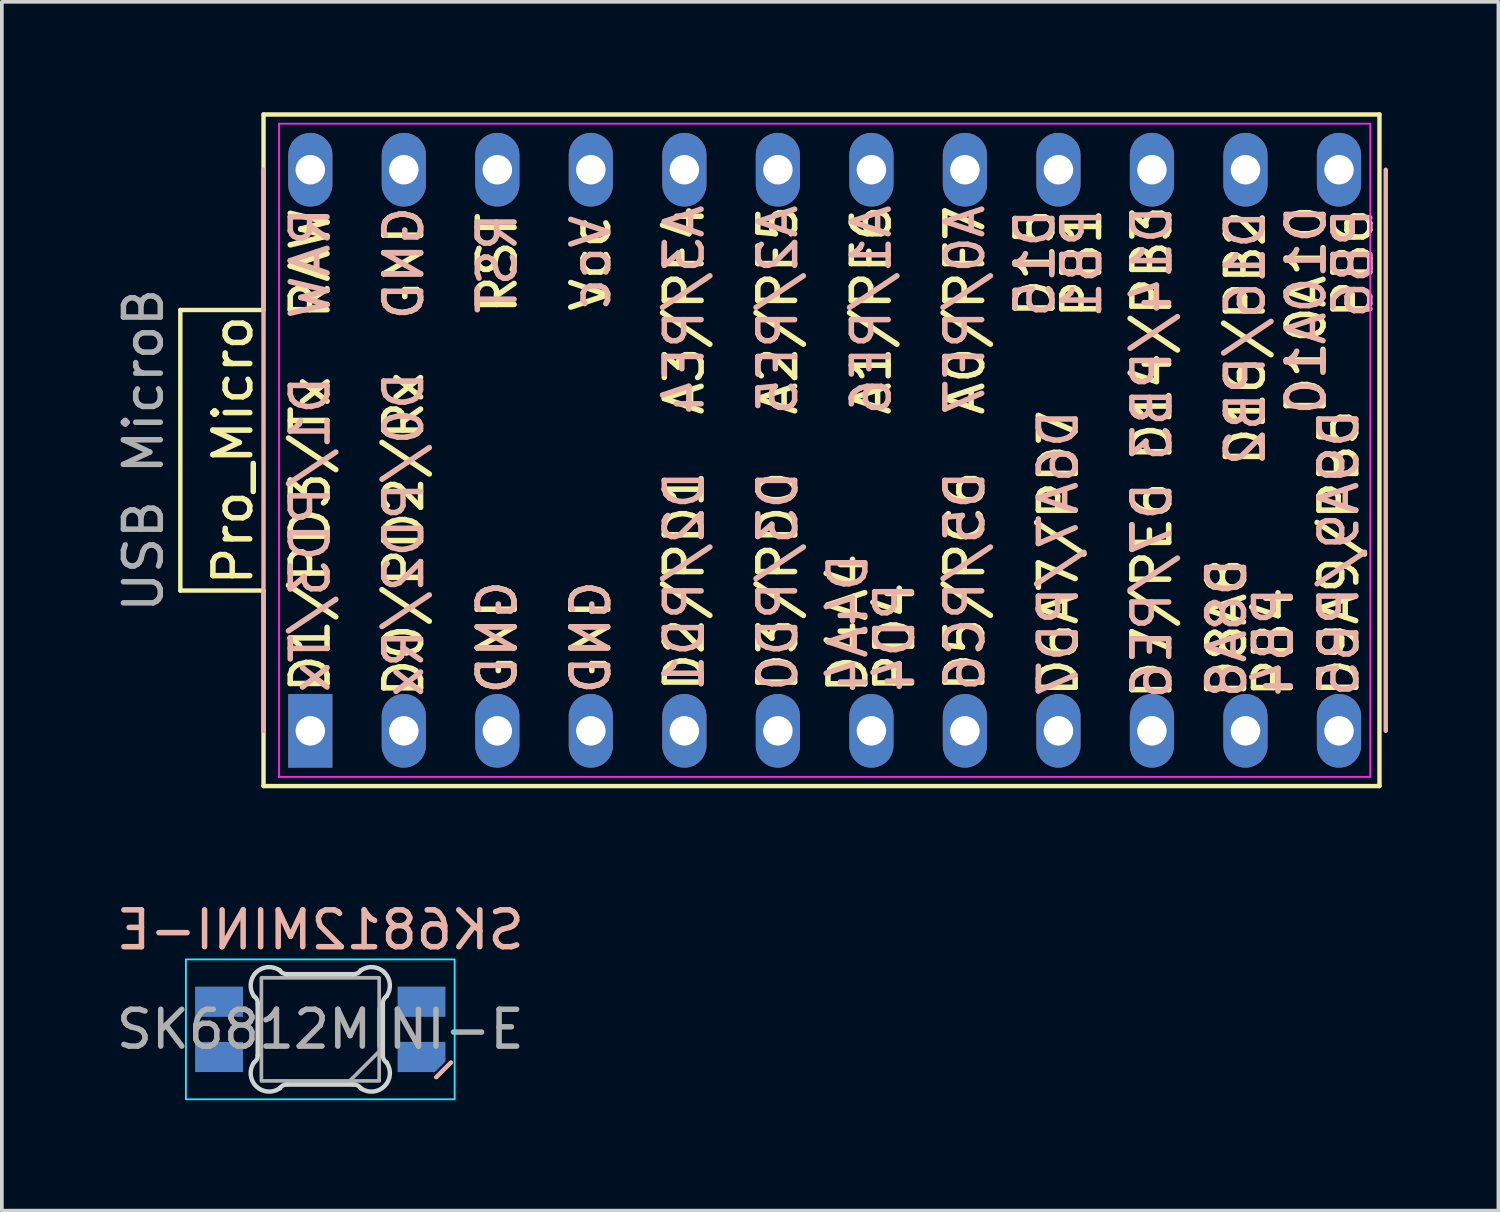
<source format=kicad_pcb>
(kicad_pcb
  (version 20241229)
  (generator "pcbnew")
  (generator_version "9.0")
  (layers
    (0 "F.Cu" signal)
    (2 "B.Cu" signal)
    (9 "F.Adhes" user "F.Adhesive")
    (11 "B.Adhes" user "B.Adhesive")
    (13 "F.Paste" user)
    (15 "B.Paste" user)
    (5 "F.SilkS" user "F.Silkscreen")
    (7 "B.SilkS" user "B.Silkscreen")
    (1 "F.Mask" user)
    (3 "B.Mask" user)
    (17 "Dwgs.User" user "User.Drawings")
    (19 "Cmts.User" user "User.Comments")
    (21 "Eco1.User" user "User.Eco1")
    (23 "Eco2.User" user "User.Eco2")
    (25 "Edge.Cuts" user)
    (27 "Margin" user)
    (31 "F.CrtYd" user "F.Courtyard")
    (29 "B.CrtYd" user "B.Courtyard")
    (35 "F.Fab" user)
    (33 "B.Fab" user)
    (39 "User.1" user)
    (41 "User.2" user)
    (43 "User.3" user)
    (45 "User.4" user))
  (footprint "Pro_Micro"
    (layer "F.Cu")
    (at 19.348 9.18)
    (property "Reference" "Pro_Micro" (at -16.07 0 90) (layer "F.SilkS") (effects (font (size 1 1) (thickness 0.15))))
    (fp_line (start -17.5 -3.81) (end -17.5 3.81) (stroke (width 0.12) (type solid)) (layer "F.SilkS"))
    (fp_line (start -17.5 3.81) (end -15.24 3.81) (stroke (width 0.12) (type solid)) (layer "F.SilkS"))
    (fp_line (start -15.24 -9.12) (end -15.24 -3.81) (stroke (width 0.12) (type solid)) (layer "F.SilkS"))
    (fp_line (start -15.24 -3.81) (end -17.5 -3.81) (stroke (width 0.12) (type solid)) (layer "F.SilkS"))
    (fp_line (start -15.24 3.81) (end -15.24 9.12) (stroke (width 0.12) (type solid)) (layer "F.SilkS"))
    (fp_line (start -15.24 9.12) (end 15.07 9.12) (stroke (width 0.12) (type solid)) (layer "F.SilkS"))
    (fp_line (start 15.07 -9.12) (end -15.24 -9.12) (stroke (width 0.12) (type solid)) (layer "F.SilkS"))
    (fp_line (start 15.07 9.12) (end 15.07 -9.12) (stroke (width 0.12) (type solid)) (layer "F.SilkS"))
    (fp_line (start -15.24 -7.62) (end -15.24 7.62) (stroke (width 0.12) (type solid)) (layer "B.SilkS"))
    (fp_line (start 15.24 7.62) (end 15.24 -7.62) (stroke (width 0.12) (type solid)) (layer "B.SilkS"))
    (fp_line (start -14.82 -8.87) (end 14.82 -8.87) (stroke (width 0.05) (type solid)) (layer "F.CrtYd"))
    (fp_line (start -14.82 8.87) (end -14.82 -8.87) (stroke (width 0.05) (type solid)) (layer "F.CrtYd"))
    (fp_line (start 14.82 -8.87) (end 14.82 8.87) (stroke (width 0.05) (type solid)) (layer "F.CrtYd"))
    (fp_line (start 14.82 8.87) (end -14.82 8.87) (stroke (width 0.05) (type solid)) (layer "F.CrtYd"))
    (fp_text user "D8A8" (at 10.922 4.826 90) (unlocked yes) (layer "F.SilkS") (effects (font (size 1 1) (thickness 0.15))))
    (fp_text user "PB6" (at 14.351 -5.08 90) (unlocked yes) (layer "F.SilkS") (effects (font (size 1 1) (thickness 0.15))))
    (fp_text user "D16/PB2" (at 11.43 -3.048 90) (unlocked yes) (layer "F.SilkS") (effects (font (size 1 1) (thickness 0.15))))
    (fp_text user "PD4" (at 1.905 5.08 90) (unlocked yes) (layer "F.SilkS") (effects (font (size 1 1) (thickness 0.15))))
    (fp_text user "Vcc" (at -6.35 -5.08 90) (unlocked yes) (layer "F.SilkS") (effects (font (size 1 1) (thickness 0.15))))
    (fp_text user "D3/PD0" (at -1.27 3.556 90) (unlocked yes) (layer "F.SilkS") (effects (font (size 1 1) (thickness 0.15))))
    (fp_text user "D5/PC6" (at 3.81 3.556 90) (unlocked yes) (layer "F.SilkS") (effects (font (size 1 1) (thickness 0.15))))
    (fp_text user "D6A7/PD7" (at 6.35 2.794 90) (unlocked yes) (layer "F.SilkS") (effects (font (size 1 1) (thickness 0.15))))
    (fp_text user "GND" (at -11.43 -5.08 90) (unlocked yes) (layer "F.SilkS") (effects (font (size 1 1) (thickness 0.15))))
    (fp_text user "A3/PF4" (at -3.81 -3.81 90) (unlocked yes) (layer "F.SilkS") (effects (font (size 1 1) (thickness 0.15))))
    (fp_text user "D10A10" (at 13.081 -3.81 90) (unlocked yes) (layer "F.SilkS") (effects (font (size 1 1) (thickness 0.15))))
    (fp_text user "D2/PD1" (at -3.81 3.556 90) (unlocked yes) (layer "F.SilkS") (effects (font (size 1 1) (thickness 0.15))))
    (fp_text user "PB4" (at 12.192 5.207 90) (unlocked yes) (layer "F.SilkS") (effects (font (size 1 1) (thickness 0.15))))
    (fp_text user "D1/PD3/Tx" (at -13.97 2.286 90) (unlocked yes) (layer "F.SilkS") (effects (font (size 1 1) (thickness 0.15))))
    (fp_text user "GND" (at -6.35 5.08 90) (unlocked yes) (layer "F.SilkS") (effects (font (size 1 1) (thickness 0.15))))
    (fp_text user "A2/PF5" (at -1.27 -3.81 90) (unlocked yes) (layer "F.SilkS") (effects (font (size 1 1) (thickness 0.15))))
    (fp_text user "RST" (at -8.89 -5.08 90) (unlocked yes) (layer "F.SilkS") (effects (font (size 1 1) (thickness 0.15))))
    (fp_text user "D9A9/PB5" (at 13.97 2.794 90) (unlocked yes) (layer "F.SilkS") (effects (font (size 1 1) (thickness 0.15))))
    (fp_text user "A0/PF7" (at 3.81 -3.81 90) (unlocked yes) (layer "F.SilkS") (effects (font (size 1 1) (thickness 0.15))))
    (fp_text user "D0/PD2/Rx" (at -11.43 2.286 90) (unlocked yes) (layer "F.SilkS") (effects (font (size 1 1) (thickness 0.15))))
    (fp_text user "D15" (at 5.715 -5.08 90) (unlocked yes) (layer "F.SilkS") (effects (font (size 1 1) (thickness 0.15))))
    (fp_text user "D14/PB3" (at 8.89 -3.176 90) (unlocked yes) (layer "F.SilkS") (effects (font (size 1 1) (thickness 0.15))))
    (fp_text user "D4A4" (at 0.635 4.699 90) (unlocked yes) (layer "F.SilkS") (effects (font (size 1 1) (thickness 0.15))))
    (fp_text user "PB1" (at 6.985 -5.08 90) (unlocked yes) (layer "F.SilkS") (effects (font (size 1 1) (thickness 0.15))))
    (fp_text user "GND" (at -8.89 5.08 90) (unlocked yes) (layer "F.SilkS") (effects (font (size 1 1) (thickness 0.15))))
    (fp_text user "D7/PE6" (at 8.89 3.81 90) (unlocked yes) (layer "F.SilkS") (effects (font (size 1 1) (thickness 0.15))))
    (fp_text user "A1/PF6" (at 1.27 -3.81 90) (unlocked yes) (layer "F.SilkS") (effects (font (size 1 1) (thickness 0.15))))
    (fp_text user "RAW" (at -13.97 -5.08 90) (unlocked yes) (layer "F.SilkS") (effects (font (size 1 1) (thickness 0.15))))
    (fp_text user "D0/PD2/Rx" (at -11.43 2.286 90) (unlocked yes) (layer "B.SilkS") (effects (font (size 1 1) (thickness 0.15)) (justify mirror)))
    (fp_text user "A1/PF6" (at 1.27 -3.81 90) (unlocked yes) (layer "B.SilkS") (effects (font (size 1 1) (thickness 0.15)) (justify mirror)))
    (fp_text user "D15" (at 5.715 -5.08 90) (unlocked yes) (layer "B.SilkS") (effects (font (size 1 1) (thickness 0.15)) (justify mirror)))
    (fp_text user "D7/PE6" (at 8.89 3.81 90) (unlocked yes) (layer "B.SilkS") (effects (font (size 1 1) (thickness 0.15)) (justify mirror)))
    (fp_text user "GND" (at -6.35 5.08 90) (unlocked yes) (layer "B.SilkS") (effects (font (size 1 1) (thickness 0.15)) (justify mirror)))
    (fp_text user "D14/PB3" (at 8.89 -3.176 90) (unlocked yes) (layer "B.SilkS") (effects (font (size 1 1) (thickness 0.15)) (justify mirror)))
    (fp_text user "RST" (at -8.89 -5.08 90) (unlocked yes) (layer "B.SilkS") (effects (font (size 1 1) (thickness 0.15)) (justify mirror)))
    (fp_text user "A3/PF4" (at -3.81 -3.81 90) (unlocked yes) (layer "B.SilkS") (effects (font (size 1 1) (thickness 0.15)) (justify mirror)))
    (fp_text user "D16/PB2" (at 11.43 -3.048 90) (unlocked yes) (layer "B.SilkS") (effects (font (size 1 1) (thickness 0.15)) (justify mirror)))
    (fp_text user "D6A7/PD7" (at 6.35 2.794 90) (unlocked yes) (layer "B.SilkS") (effects (font (size 1 1) (thickness 0.15)) (justify mirror)))
    (fp_text user "D1/PD3/Tx" (at -13.97 2.286 90) (unlocked yes) (layer "B.SilkS") (effects (font (size 1 1) (thickness 0.15)) (justify mirror)))
    (fp_text user "D9A9/PB5" (at 13.97 2.794 90) (unlocked yes) (layer "B.SilkS") (effects (font (size 1 1) (thickness 0.15)) (justify mirror)))
    (fp_text user "D3/PD0" (at -1.27 3.556 90) (unlocked yes) (layer "B.SilkS") (effects (font (size 1 1) (thickness 0.15)) (justify mirror)))
    (fp_text user "PB6" (at 14.351 -5.08 90) (unlocked yes) (layer "B.SilkS") (effects (font (size 1 1) (thickness 0.15)) (justify mirror)))
    (fp_text user "PD4" (at 1.905 5.08 90) (unlocked yes) (layer "B.SilkS") (effects (font (size 1 1) (thickness 0.15)) (justify mirror)))
    (fp_text user "D8A8" (at 10.922 4.826 90) (unlocked yes) (layer "B.SilkS") (effects (font (size 1 1) (thickness 0.15)) (justify mirror)))
    (fp_text user "RAW" (at -13.97 -5.08 90) (unlocked yes) (layer "B.SilkS") (effects (font (size 1 1) (thickness 0.15)) (justify mirror)))
    (fp_text user "A2/PF5" (at -1.27 -3.81 90) (unlocked yes) (layer "B.SilkS") (effects (font (size 1 1) (thickness 0.15)) (justify mirror)))
    (fp_text user "PB4" (at 12.192 5.207 90) (unlocked yes) (layer "B.SilkS") (effects (font (size 1 1) (thickness 0.15)) (justify mirror)))
    (fp_text user "GND" (at -11.43 -5.08 90) (unlocked yes) (layer "B.SilkS") (effects (font (size 1 1) (thickness 0.15)) (justify mirror)))
    (fp_text user "D5/PC6" (at 3.81 3.556 90) (unlocked yes) (layer "B.SilkS") (effects (font (size 1 1) (thickness 0.15)) (justify mirror)))
    (fp_text user "D2/PD1" (at -3.81 3.556 90) (unlocked yes) (layer "B.SilkS") (effects (font (size 1 1) (thickness 0.15)) (justify mirror)))
    (fp_text user "Vcc" (at -6.35 -5.08 90) (unlocked yes) (layer "B.SilkS") (effects (font (size 1 1) (thickness 0.15)) (justify mirror)))
    (fp_text user "A0/PF7" (at 3.81 -3.81 90) (unlocked yes) (layer "B.SilkS") (effects (font (size 1 1) (thickness 0.15)) (justify mirror)))
    (fp_text user "GND" (at -8.89 5.08 90) (unlocked yes) (layer "B.SilkS") (effects (font (size 1 1) (thickness 0.15)) (justify mirror)))
    (fp_text user "PB1" (at 6.985 -5.08 90) (unlocked yes) (layer "B.SilkS") (effects (font (size 1 1) (thickness 0.15)) (justify mirror)))
    (fp_text user "D4A4" (at 0.635 4.699 90) (unlocked yes) (layer "B.SilkS") (effects (font (size 1 1) (thickness 0.15)) (justify mirror)))
    (fp_text user "D10A10" (at 13.081 -3.81 90) (unlocked yes) (layer "B.SilkS") (effects (font (size 1 1) (thickness 0.15)) (justify mirror)))
    (fp_text user "USB MicroB" (at -18.5 0 90) (unlocked yes) (layer "F.Fab") (effects (font (size 1 1) (thickness 0.15))))
    (pad "0" thru_hole oval (at -11.43 7.62) (size 1.2 2) (drill 0.8) (layers "*.Cu" "*.Mask"))
    (pad "1" thru_hole rect (at -13.97 7.62) (size 1.2 2) (drill 0.8) (layers "*.Cu" "*.Mask"))
    (pad "2" thru_hole oval (at -3.81 7.62) (size 1.2 2) (drill 0.8) (layers "*.Cu" "*.Mask"))
    (pad "3" thru_hole oval (at -1.27 7.62) (size 1.2 2) (drill 0.8) (layers "*.Cu" "*.Mask"))
    (pad "4" thru_hole oval (at 1.27 7.62) (size 1.2 2) (drill 0.8) (layers "*.Cu" "*.Mask"))
    (pad "5" thru_hole oval (at 3.81 7.62) (size 1.2 2) (drill 0.8) (layers "*.Cu" "*.Mask"))
    (pad "6" thru_hole oval (at 6.35 7.62) (size 1.2 2) (drill 0.8) (layers "*.Cu" "*.Mask"))
    (pad "7" thru_hole oval (at 8.89 7.62) (size 1.2 2) (drill 0.8) (layers "*.Cu" "*.Mask"))
    (pad "8" thru_hole oval (at 11.43 7.62) (size 1.2 2) (drill 0.8) (layers "*.Cu" "*.Mask"))
    (pad "9" thru_hole oval (at 13.97 7.62) (size 1.2 2) (drill 0.8) (layers "*.Cu" "*.Mask"))
    (pad "10" thru_hole oval (at 13.97 -7.62) (size 1.2 2) (drill 0.8) (layers "*.Cu" "*.Mask"))
    (pad "14" thru_hole oval (at 8.89 -7.62) (size 1.2 2) (drill 0.8) (layers "*.Cu" "*.Mask"))
    (pad "15" thru_hole oval (at 6.35 -7.62) (size 1.2 2) (drill 0.8) (layers "*.Cu" "*.Mask"))
    (pad "16" thru_hole oval (at 11.43 -7.62) (size 1.2 2) (drill 0.8) (layers "*.Cu" "*.Mask"))
    (pad "A0" thru_hole oval (at 3.81 -7.62) (size 1.2 2) (drill 0.8) (layers "*.Cu" "*.Mask"))
    (pad "A1" thru_hole oval (at 1.27 -7.62) (size 1.2 2) (drill 0.8) (layers "*.Cu" "*.Mask"))
    (pad "A2" thru_hole oval (at -1.27 -7.62) (size 1.2 2) (drill 0.8) (layers "*.Cu" "*.Mask"))
    (pad "A3" thru_hole oval (at -3.81 -7.62) (size 1.2 2) (drill 0.8) (layers "*.Cu" "*.Mask"))
    (pad "GND0" thru_hole oval (at -11.43 -7.62) (size 1.2 2) (drill 0.8) (layers "*.Cu" "*.Mask"))
    (pad "GND1" thru_hole oval (at -8.89 7.62) (size 1.2 2) (drill 0.8) (layers "*.Cu" "*.Mask"))
    (pad "GND2" thru_hole oval (at -6.35 7.62) (size 1.2 2) (drill 0.8) (layers "*.Cu" "*.Mask"))
    (pad "RAW" thru_hole oval (at -13.97 -7.62) (size 1.2 2) (drill 0.8) (layers "*.Cu" "*.Mask"))
    (pad "RST" thru_hole oval (at -8.89 -7.62) (size 1.2 2) (drill 0.8) (layers "*.Cu" "*.Mask"))
    (pad "Vcc" thru_hole oval (at -6.35 -7.62) (size 1.2 2) (drill 0.8) (layers "*.Cu" "*.Mask")))
  (footprint "SK6812MINI-E"
    (layer "F.Cu")
    (at 5.649 24.908)
    (property "Reference" "SK6812MINI-E" (at 0 -2.7 0) (unlocked yes) (layer "B.SilkS") (effects (font (size 1 1) (thickness 0.15)) (justify mirror)))
    (attr smd)
    (fp_line (start 3.55 0.9) (end 3.15 1.3) (stroke (width 0.12) (type solid)) (layer "B.SilkS"))
    (fp_line (start -1.7 0.7) (end -1.7 -0.7) (stroke (width 0.12) (type solid)) (layer "Edge.Cuts"))
    (fp_line (start -0.9 -1.5) (end 0.9 -1.5) (stroke (width 0.12) (type solid)) (layer "Edge.Cuts"))
    (fp_line (start 0.9 1.5) (end -0.9 1.5) (stroke (width 0.12) (type solid)) (layer "Edge.Cuts"))
    (fp_line (start 1.7 -0.7) (end 1.7 0.7) (stroke (width 0.12) (type solid)) (layer "Edge.Cuts"))
    (fp_arc (start -1.8 -0.9) (mid -1.723444 -0.813278) (end -1.7 -0.7) (stroke (width 0.12) (type solid)) (layer "Edge.Cuts"))
    (fp_arc (start -1.8 -0.9) (mid -1.744212 -1.544212) (end -1.1 -1.6) (stroke (width 0.12) (type solid)) (layer "Edge.Cuts"))
    (fp_arc (start -1.7 0.7) (mid -1.723444 0.813278) (end -1.8 0.9) (stroke (width 0.12) (type solid)) (layer "Edge.Cuts"))
    (fp_arc (start -1.1 1.6) (mid -1.744212 1.544212) (end -1.8 0.9) (stroke (width 0.12) (type solid)) (layer "Edge.Cuts"))
    (fp_arc (start -1.1 1.6) (mid -1.013278 1.523444) (end -0.9 1.5) (stroke (width 0.12) (type solid)) (layer "Edge.Cuts"))
    (fp_arc (start -0.9 -1.5) (mid -1.013278 -1.523444) (end -1.1 -1.6) (stroke (width 0.12) (type solid)) (layer "Edge.Cuts"))
    (fp_arc (start 0.9 1.5) (mid 1.013278 1.523444) (end 1.1 1.6) (stroke (width 0.12) (type solid)) (layer "Edge.Cuts"))
    (fp_arc (start 1.1 -1.6) (mid 1.013278 -1.523444) (end 0.9 -1.5) (stroke (width 0.12) (type solid)) (layer "Edge.Cuts"))
    (fp_arc (start 1.1 -1.6) (mid 1.744212 -1.544212) (end 1.8 -0.9) (stroke (width 0.12) (type solid)) (layer "Edge.Cuts"))
    (fp_arc (start 1.7 -0.7) (mid 1.723444 -0.813278) (end 1.8 -0.9) (stroke (width 0.12) (type solid)) (layer "Edge.Cuts"))
    (fp_arc (start 1.8 0.9) (mid 1.744212 1.544212) (end 1.1 1.6) (stroke (width 0.12) (type solid)) (layer "Edge.Cuts"))
    (fp_arc (start 1.8 0.9) (mid 1.723444 0.813278) (end 1.7 0.7) (stroke (width 0.12) (type solid)) (layer "Edge.Cuts"))
    (fp_rect (start -3.65 -1.9) (end 3.65 1.9) (stroke (width 0.05) (type solid)) (fill no) (layer "B.CrtYd"))
    (fp_line (start 1.6 0.6) (end 0.8 1.4) (stroke (width 0.1) (type solid)) (layer "F.Fab"))
    (fp_rect (start -1.6 -1.4) (end 1.6 1.4) (stroke (width 0.1) (type solid)) (fill no) (layer "F.Fab"))
    (fp_text user "${REFERENCE}" (at 0 0 0) (unlocked yes) (layer "F.Fab") (effects (font (size 1 1) (thickness 0.15))))
    (pad "1" smd rect (at -2.75 -0.75) (size 1.3 0.82) (layers "B.Cu" "B.Mask" "B.Paste"))
    (pad "2" smd rect (at -2.75 0.75) (size 1.3 0.82) (layers "B.Cu" "B.Mask" "B.Paste"))
    (pad "3" smd roundrect (at 2.75 0.75) (size 1.3 0.82) (layers "B.Cu" "B.Mask" "B.Paste") (roundrect_rratio 0) (chamfer_ratio 0.35) (chamfer bottom_right))
    (pad "4" smd rect (at 2.75 -0.75) (size 1.3 0.82) (layers "B.Cu" "B.Mask" "B.Paste")))
  (gr_rect
    (start -3 -3)
    (end 37.648 29.833)
    (stroke (width 0.1) (type default))
    (fill no)
    (layer "Edge.Cuts")))
</source>
